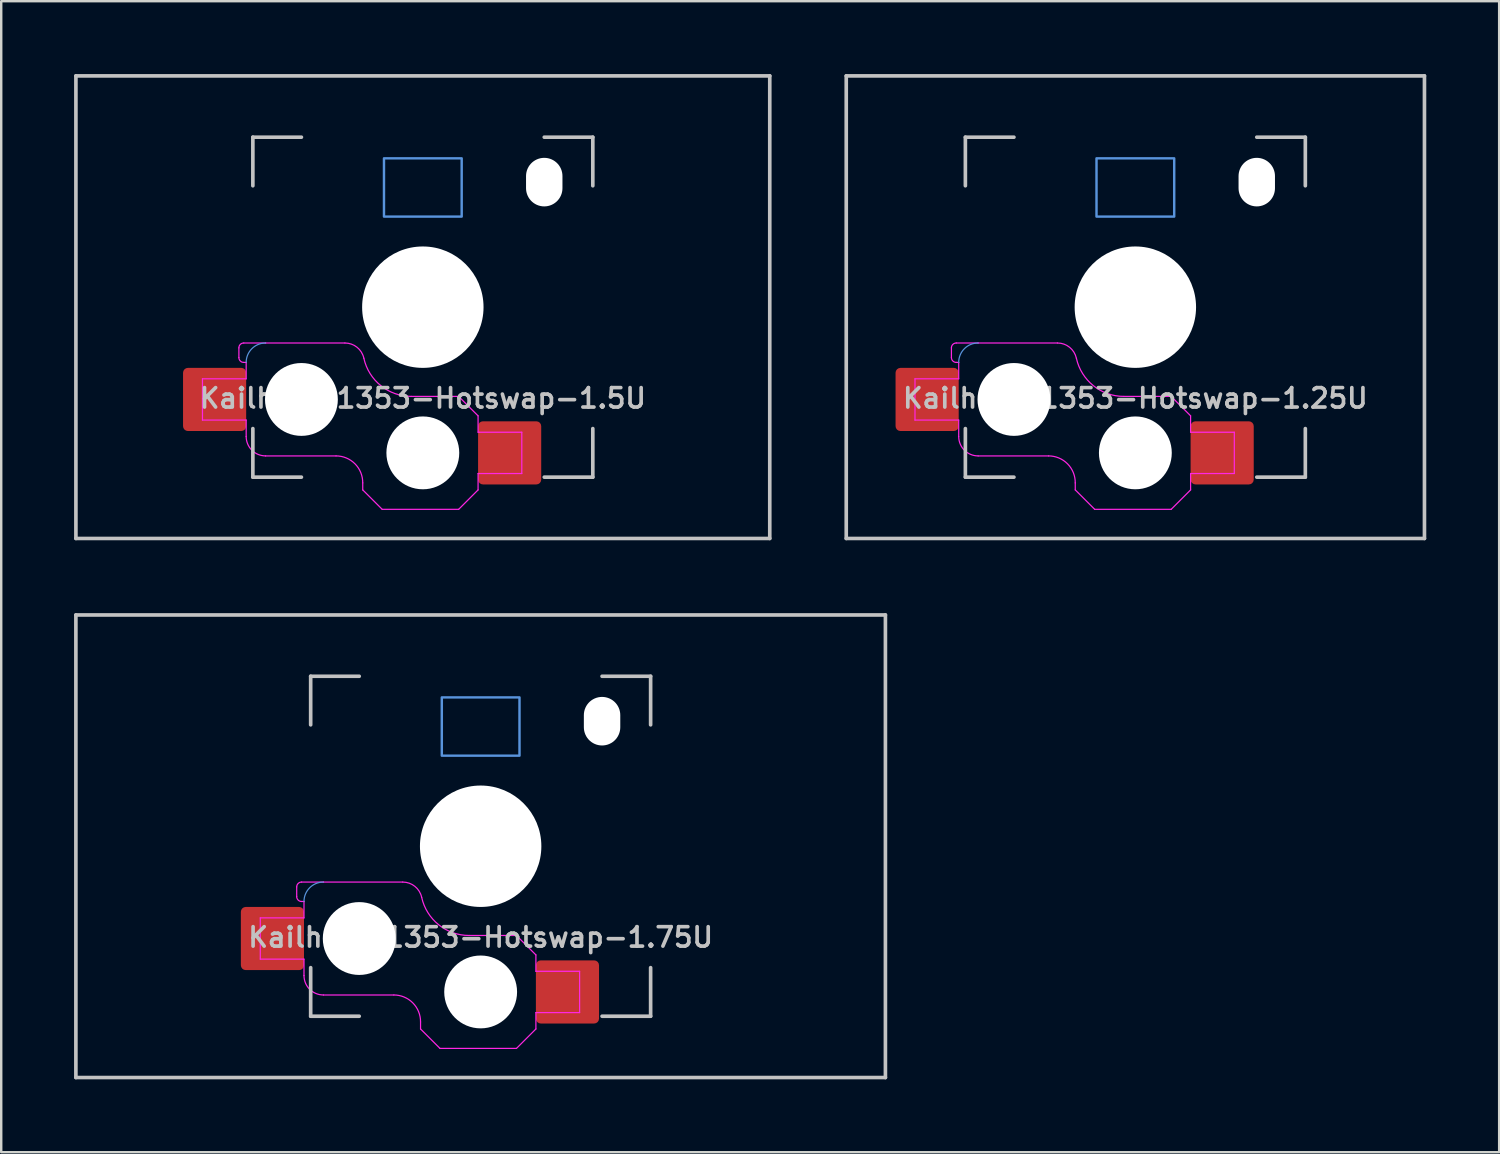
<source format=kicad_pcb>
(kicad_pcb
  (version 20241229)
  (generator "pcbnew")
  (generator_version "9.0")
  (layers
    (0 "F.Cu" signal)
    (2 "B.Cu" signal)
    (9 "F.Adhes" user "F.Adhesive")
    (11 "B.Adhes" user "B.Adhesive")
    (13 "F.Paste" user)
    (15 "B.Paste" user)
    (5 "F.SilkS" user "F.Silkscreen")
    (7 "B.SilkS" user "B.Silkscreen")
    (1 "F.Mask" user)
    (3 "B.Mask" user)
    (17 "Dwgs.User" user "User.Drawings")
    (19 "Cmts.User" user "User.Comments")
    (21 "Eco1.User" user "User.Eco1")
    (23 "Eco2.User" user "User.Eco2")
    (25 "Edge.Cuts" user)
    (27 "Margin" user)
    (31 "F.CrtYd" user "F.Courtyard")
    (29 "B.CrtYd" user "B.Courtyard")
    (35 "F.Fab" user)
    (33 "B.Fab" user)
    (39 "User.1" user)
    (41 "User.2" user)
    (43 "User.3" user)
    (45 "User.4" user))
  (footprint "Kailh-PG1353-Hotswap-1.75U"
    (layer "F.Cu")
    (at 16.744 31.8)
    (property "Reference" "Kailh-PG1353-Hotswap-1.75U" (at 0 3.75 0) (layer "Dwgs.User") (effects (font (size 0.8 0.8) (thickness 0.15))))
    (attr smd)
    (fp_line (start -16.669 -9.525) (end -16.669 9.525) (stroke (width 0.15) (type solid)) (layer "Dwgs.User"))
    (fp_line (start -7 -7) (end -5 -7) (stroke (width 0.15) (type solid)) (layer "Dwgs.User"))
    (fp_line (start -7 -5) (end -7 -7) (stroke (width 0.15) (type solid)) (layer "Dwgs.User"))
    (fp_line (start -7 5) (end -7 7) (stroke (width 0.15) (type solid)) (layer "Dwgs.User"))
    (fp_line (start -7 7) (end -5 7) (stroke (width 0.15) (type solid)) (layer "Dwgs.User"))
    (fp_line (start 5 -7) (end 7 -7) (stroke (width 0.15) (type solid)) (layer "Dwgs.User"))
    (fp_line (start 7 -7) (end 7 -5) (stroke (width 0.15) (type solid)) (layer "Dwgs.User"))
    (fp_line (start 7 5) (end 7 7) (stroke (width 0.15) (type solid)) (layer "Dwgs.User"))
    (fp_line (start 7 7) (end 5 7) (stroke (width 0.15) (type solid)) (layer "Dwgs.User"))
    (fp_line (start 16.669 -9.525) (end -16.669 -9.525) (stroke (width 0.15) (type solid)) (layer "Dwgs.User"))
    (fp_line (start 16.669 -9.525) (end 16.669 9.525) (stroke (width 0.15) (type solid)) (layer "Dwgs.User"))
    (fp_line (start 16.669 9.525) (end -16.669 9.525) (stroke (width 0.15) (type solid)) (layer "Dwgs.User"))
    (fp_rect (start -1.6 -3.73) (end 1.6 -6.13) (stroke (width 0.1) (type default)) (fill no) (layer "Cmts.User"))
    (fp_arc (start -7.274998 2.275) (mid -7.04069 1.709309) (end -6.475 1.475) (stroke (width 0.05) (type default)) (layer "Cmts.User"))
    (fp_line (start -9.075 2.95) (end -9.075 4.65) (stroke (width 0.05) (type default)) (layer "F.CrtYd"))
    (fp_line (start -9.075 4.65) (end -7.275 4.65) (stroke (width 0.05) (type default)) (layer "F.CrtYd"))
    (fp_line (start -7.575 1.675) (end -7.575 2.075) (stroke (width 0.05) (type default)) (layer "F.CrtYd"))
    (fp_line (start -7.375 2.275) (end -7.275 2.275) (stroke (width 0.05) (type default)) (layer "F.CrtYd"))
    (fp_line (start -7.275 2.275) (end -7.275 2.95) (stroke (width 0.05) (type default)) (layer "F.CrtYd"))
    (fp_line (start -7.275 2.95) (end -9.075 2.95) (stroke (width 0.05) (type default)) (layer "F.CrtYd"))
    (fp_line (start -7.275 5.325) (end -7.275 4.65) (stroke (width 0.05) (type default)) (layer "F.CrtYd"))
    (fp_line (start -6.475 1.475) (end -7.375 1.475) (stroke (width 0.05) (type default)) (layer "F.CrtYd"))
    (fp_line (start -6.475 1.475) (end -3.21 1.475) (stroke (width 0.05) (type default)) (layer "F.CrtYd"))
    (fp_line (start -3.575 6.125) (end -6.475 6.125) (stroke (width 0.05) (type default)) (layer "F.CrtYd"))
    (fp_line (start -2.475 7.525) (end -2.475 7.236) (stroke (width 0.05) (type default)) (layer "F.CrtYd"))
    (fp_line (start -1.675 8.325) (end -2.475 7.525) (stroke (width 0.05) (type default)) (layer "F.CrtYd"))
    (fp_line (start -0.475 3.675) (end 1.475 3.675) (stroke (width 0.05) (type default)) (layer "F.CrtYd"))
    (fp_line (start 1.475 3.675) (end 2.275 4.475) (stroke (width 0.05) (type default)) (layer "F.CrtYd"))
    (fp_line (start 1.475 8.325) (end -1.675 8.325) (stroke (width 0.05) (type default)) (layer "F.CrtYd"))
    (fp_line (start 2.275 4.475) (end 2.275 5.15) (stroke (width 0.05) (type default)) (layer "F.CrtYd"))
    (fp_line (start 2.275 5.15) (end 4.075 5.15) (stroke (width 0.05) (type default)) (layer "F.CrtYd"))
    (fp_line (start 2.275 7.525) (end 1.475 8.325) (stroke (width 0.05) (type default)) (layer "F.CrtYd"))
    (fp_line (start 2.275 7.525) (end 2.275 6.85) (stroke (width 0.05) (type default)) (layer "F.CrtYd"))
    (fp_line (start 4.075 5.15) (end 4.075 6.85) (stroke (width 0.05) (type default)) (layer "F.CrtYd"))
    (fp_line (start 4.075 6.85) (end 2.275 6.85) (stroke (width 0.05) (type default)) (layer "F.CrtYd"))
    (fp_arc (start -7.575 1.674988) (mid -7.516429 1.533562) (end -7.375 1.475) (stroke (width 0.05) (type default)) (layer "F.CrtYd"))
    (fp_arc (start -7.375029 2.275) (mid -7.51647 2.216449) (end -7.575 2.075) (stroke (width 0.05) (type default)) (layer "F.CrtYd"))
    (fp_arc (start -6.475029 6.125) (mid -7.040734 5.890713) (end -7.275 5.325) (stroke (width 0.05) (type default)) (layer "F.CrtYd"))
    (fp_arc (start -3.575029 6.125) (mid -2.793163 6.451277) (end -2.475 7.236481) (stroke (width 0.05) (type default)) (layer "F.CrtYd"))
    (fp_arc (start -3.209929 1.475) (mid -2.708523 1.651657) (end -2.428542 2.103571) (stroke (width 0.05) (type default)) (layer "F.CrtYd"))
    (fp_arc (start -0.474999 3.675) (mid -1.728566 3.233387) (end -2.428542 2.103571) (stroke (width 0.05) (type default)) (layer "F.CrtYd"))
    (pad "" np_thru_hole circle (at -5 3.8 180) (size 3 3) (drill 3) (layers "*.Cu" "*.Mask"))
    (pad "" np_thru_hole circle (at 0 0 180) (size 5 5) (drill 5.1) (layers "*.Cu" "*.Mask"))
    (pad "" np_thru_hole circle (at 0 6 180) (size 3 3) (drill 3) (layers "*.Cu" "*.Mask"))
    (pad "" np_thru_hole oval (at 5 -5.15 180) (size 1.5 2) (drill oval 1.5 2) (layers "*.Cu" "*.Mask"))
    (pad "1" smd roundrect (at -8.575 3.8 180) (size 2.6 2.6) (layers "F.Cu" "F.Mask" "F.Paste") (roundrect_rratio 0.077))
    (pad "2" smd roundrect (at 3.575 6 180) (size 2.6 2.6) (layers "F.Cu" "F.Mask" "F.Paste") (roundrect_rratio 0.077)))
  (footprint "Kailh-PG1353-Hotswap-1.5U"
    (layer "F.Cu")
    (at 14.363 9.6)
    (property "Reference" "Kailh-PG1353-Hotswap-1.5U" (at 0 3.75 0) (layer "Dwgs.User") (effects (font (size 0.8 0.8) (thickness 0.15))))
    (attr smd)
    (fp_line (start -14.287 -9.525) (end -14.287 9.525) (stroke (width 0.15) (type solid)) (layer "Dwgs.User"))
    (fp_line (start -7 -7) (end -5 -7) (stroke (width 0.15) (type solid)) (layer "Dwgs.User"))
    (fp_line (start -7 -5) (end -7 -7) (stroke (width 0.15) (type solid)) (layer "Dwgs.User"))
    (fp_line (start -7 5) (end -7 7) (stroke (width 0.15) (type solid)) (layer "Dwgs.User"))
    (fp_line (start -7 7) (end -5 7) (stroke (width 0.15) (type solid)) (layer "Dwgs.User"))
    (fp_line (start 5 -7) (end 7 -7) (stroke (width 0.15) (type solid)) (layer "Dwgs.User"))
    (fp_line (start 7 -7) (end 7 -5) (stroke (width 0.15) (type solid)) (layer "Dwgs.User"))
    (fp_line (start 7 5) (end 7 7) (stroke (width 0.15) (type solid)) (layer "Dwgs.User"))
    (fp_line (start 7 7) (end 5 7) (stroke (width 0.15) (type solid)) (layer "Dwgs.User"))
    (fp_line (start 14.287 -9.525) (end -14.287 -9.525) (stroke (width 0.15) (type solid)) (layer "Dwgs.User"))
    (fp_line (start 14.287 -9.525) (end 14.287 9.525) (stroke (width 0.15) (type solid)) (layer "Dwgs.User"))
    (fp_line (start 14.287 9.525) (end -14.287 9.525) (stroke (width 0.15) (type solid)) (layer "Dwgs.User"))
    (fp_rect (start -1.6 -3.73) (end 1.6 -6.13) (stroke (width 0.1) (type default)) (fill no) (layer "Cmts.User"))
    (fp_arc (start -7.274998 2.275) (mid -7.04069 1.709309) (end -6.475 1.475) (stroke (width 0.05) (type default)) (layer "Cmts.User"))
    (fp_line (start -9.075 2.95) (end -9.075 4.65) (stroke (width 0.05) (type default)) (layer "F.CrtYd"))
    (fp_line (start -9.075 4.65) (end -7.275 4.65) (stroke (width 0.05) (type default)) (layer "F.CrtYd"))
    (fp_line (start -7.575 1.675) (end -7.575 2.075) (stroke (width 0.05) (type default)) (layer "F.CrtYd"))
    (fp_line (start -7.375 2.275) (end -7.275 2.275) (stroke (width 0.05) (type default)) (layer "F.CrtYd"))
    (fp_line (start -7.275 2.275) (end -7.275 2.95) (stroke (width 0.05) (type default)) (layer "F.CrtYd"))
    (fp_line (start -7.275 2.95) (end -9.075 2.95) (stroke (width 0.05) (type default)) (layer "F.CrtYd"))
    (fp_line (start -7.275 5.325) (end -7.275 4.65) (stroke (width 0.05) (type default)) (layer "F.CrtYd"))
    (fp_line (start -6.475 1.475) (end -7.375 1.475) (stroke (width 0.05) (type default)) (layer "F.CrtYd"))
    (fp_line (start -6.475 1.475) (end -3.21 1.475) (stroke (width 0.05) (type default)) (layer "F.CrtYd"))
    (fp_line (start -3.575 6.125) (end -6.475 6.125) (stroke (width 0.05) (type default)) (layer "F.CrtYd"))
    (fp_line (start -2.475 7.525) (end -2.475 7.236) (stroke (width 0.05) (type default)) (layer "F.CrtYd"))
    (fp_line (start -1.675 8.325) (end -2.475 7.525) (stroke (width 0.05) (type default)) (layer "F.CrtYd"))
    (fp_line (start -0.475 3.675) (end 1.475 3.675) (stroke (width 0.05) (type default)) (layer "F.CrtYd"))
    (fp_line (start 1.475 3.675) (end 2.275 4.475) (stroke (width 0.05) (type default)) (layer "F.CrtYd"))
    (fp_line (start 1.475 8.325) (end -1.675 8.325) (stroke (width 0.05) (type default)) (layer "F.CrtYd"))
    (fp_line (start 2.275 4.475) (end 2.275 5.15) (stroke (width 0.05) (type default)) (layer "F.CrtYd"))
    (fp_line (start 2.275 5.15) (end 4.075 5.15) (stroke (width 0.05) (type default)) (layer "F.CrtYd"))
    (fp_line (start 2.275 7.525) (end 1.475 8.325) (stroke (width 0.05) (type default)) (layer "F.CrtYd"))
    (fp_line (start 2.275 7.525) (end 2.275 6.85) (stroke (width 0.05) (type default)) (layer "F.CrtYd"))
    (fp_line (start 4.075 5.15) (end 4.075 6.85) (stroke (width 0.05) (type default)) (layer "F.CrtYd"))
    (fp_line (start 4.075 6.85) (end 2.275 6.85) (stroke (width 0.05) (type default)) (layer "F.CrtYd"))
    (fp_arc (start -7.575 1.674988) (mid -7.516429 1.533562) (end -7.375 1.475) (stroke (width 0.05) (type default)) (layer "F.CrtYd"))
    (fp_arc (start -7.375029 2.275) (mid -7.51647 2.216449) (end -7.575 2.075) (stroke (width 0.05) (type default)) (layer "F.CrtYd"))
    (fp_arc (start -6.475029 6.125) (mid -7.040734 5.890713) (end -7.275 5.325) (stroke (width 0.05) (type default)) (layer "F.CrtYd"))
    (fp_arc (start -3.575029 6.125) (mid -2.793163 6.451277) (end -2.475 7.236481) (stroke (width 0.05) (type default)) (layer "F.CrtYd"))
    (fp_arc (start -3.209929 1.475) (mid -2.708523 1.651657) (end -2.428542 2.103571) (stroke (width 0.05) (type default)) (layer "F.CrtYd"))
    (fp_arc (start -0.474999 3.675) (mid -1.728566 3.233387) (end -2.428542 2.103571) (stroke (width 0.05) (type default)) (layer "F.CrtYd"))
    (pad "" np_thru_hole circle (at -5 3.8 180) (size 3 3) (drill 3) (layers "*.Cu" "*.Mask"))
    (pad "" np_thru_hole circle (at 0 0 180) (size 5 5) (drill 5.1) (layers "*.Cu" "*.Mask"))
    (pad "" np_thru_hole circle (at 0 6 180) (size 3 3) (drill 3) (layers "*.Cu" "*.Mask"))
    (pad "" np_thru_hole oval (at 5 -5.15 180) (size 1.5 2) (drill oval 1.5 2) (layers "*.Cu" "*.Mask"))
    (pad "1" smd roundrect (at -8.575 3.8 180) (size 2.6 2.6) (layers "F.Cu" "F.Mask" "F.Paste") (roundrect_rratio 0.077))
    (pad "2" smd roundrect (at 3.575 6 180) (size 2.6 2.6) (layers "F.Cu" "F.Mask" "F.Paste") (roundrect_rratio 0.077)))
  (footprint "Kailh-PG1353-Hotswap-1.25U"
    (layer "F.Cu")
    (at 43.706 9.6)
    (property "Reference" "Kailh-PG1353-Hotswap-1.25U" (at 0 3.75 0) (layer "Dwgs.User") (effects (font (size 0.8 0.8) (thickness 0.15))))
    (attr smd)
    (fp_line (start -11.906 -9.525) (end -11.906 9.525) (stroke (width 0.15) (type solid)) (layer "Dwgs.User"))
    (fp_line (start -7 -7) (end -5 -7) (stroke (width 0.15) (type solid)) (layer "Dwgs.User"))
    (fp_line (start -7 -5) (end -7 -7) (stroke (width 0.15) (type solid)) (layer "Dwgs.User"))
    (fp_line (start -7 5) (end -7 7) (stroke (width 0.15) (type solid)) (layer "Dwgs.User"))
    (fp_line (start -7 7) (end -5 7) (stroke (width 0.15) (type solid)) (layer "Dwgs.User"))
    (fp_line (start 5 -7) (end 7 -7) (stroke (width 0.15) (type solid)) (layer "Dwgs.User"))
    (fp_line (start 7 -7) (end 7 -5) (stroke (width 0.15) (type solid)) (layer "Dwgs.User"))
    (fp_line (start 7 5) (end 7 7) (stroke (width 0.15) (type solid)) (layer "Dwgs.User"))
    (fp_line (start 7 7) (end 5 7) (stroke (width 0.15) (type solid)) (layer "Dwgs.User"))
    (fp_line (start 11.906 -9.525) (end -11.906 -9.525) (stroke (width 0.15) (type solid)) (layer "Dwgs.User"))
    (fp_line (start 11.906 -9.525) (end 11.906 9.525) (stroke (width 0.15) (type solid)) (layer "Dwgs.User"))
    (fp_line (start 11.906 9.525) (end -11.906 9.525) (stroke (width 0.15) (type solid)) (layer "Dwgs.User"))
    (fp_rect (start -1.6 -3.73) (end 1.6 -6.13) (stroke (width 0.1) (type default)) (fill no) (layer "Cmts.User"))
    (fp_arc (start -7.274998 2.275) (mid -7.04069 1.709309) (end -6.475 1.475) (stroke (width 0.05) (type default)) (layer "Cmts.User"))
    (fp_line (start -9.075 2.95) (end -9.075 4.65) (stroke (width 0.05) (type default)) (layer "F.CrtYd"))
    (fp_line (start -9.075 4.65) (end -7.275 4.65) (stroke (width 0.05) (type default)) (layer "F.CrtYd"))
    (fp_line (start -7.575 1.675) (end -7.575 2.075) (stroke (width 0.05) (type default)) (layer "F.CrtYd"))
    (fp_line (start -7.375 2.275) (end -7.275 2.275) (stroke (width 0.05) (type default)) (layer "F.CrtYd"))
    (fp_line (start -7.275 2.275) (end -7.275 2.95) (stroke (width 0.05) (type default)) (layer "F.CrtYd"))
    (fp_line (start -7.275 2.95) (end -9.075 2.95) (stroke (width 0.05) (type default)) (layer "F.CrtYd"))
    (fp_line (start -7.275 5.325) (end -7.275 4.65) (stroke (width 0.05) (type default)) (layer "F.CrtYd"))
    (fp_line (start -6.475 1.475) (end -7.375 1.475) (stroke (width 0.05) (type default)) (layer "F.CrtYd"))
    (fp_line (start -6.475 1.475) (end -3.21 1.475) (stroke (width 0.05) (type default)) (layer "F.CrtYd"))
    (fp_line (start -3.575 6.125) (end -6.475 6.125) (stroke (width 0.05) (type default)) (layer "F.CrtYd"))
    (fp_line (start -2.475 7.525) (end -2.475 7.236) (stroke (width 0.05) (type default)) (layer "F.CrtYd"))
    (fp_line (start -1.675 8.325) (end -2.475 7.525) (stroke (width 0.05) (type default)) (layer "F.CrtYd"))
    (fp_line (start -0.475 3.675) (end 1.475 3.675) (stroke (width 0.05) (type default)) (layer "F.CrtYd"))
    (fp_line (start 1.475 3.675) (end 2.275 4.475) (stroke (width 0.05) (type default)) (layer "F.CrtYd"))
    (fp_line (start 1.475 8.325) (end -1.675 8.325) (stroke (width 0.05) (type default)) (layer "F.CrtYd"))
    (fp_line (start 2.275 4.475) (end 2.275 5.15) (stroke (width 0.05) (type default)) (layer "F.CrtYd"))
    (fp_line (start 2.275 5.15) (end 4.075 5.15) (stroke (width 0.05) (type default)) (layer "F.CrtYd"))
    (fp_line (start 2.275 7.525) (end 1.475 8.325) (stroke (width 0.05) (type default)) (layer "F.CrtYd"))
    (fp_line (start 2.275 7.525) (end 2.275 6.85) (stroke (width 0.05) (type default)) (layer "F.CrtYd"))
    (fp_line (start 4.075 5.15) (end 4.075 6.85) (stroke (width 0.05) (type default)) (layer "F.CrtYd"))
    (fp_line (start 4.075 6.85) (end 2.275 6.85) (stroke (width 0.05) (type default)) (layer "F.CrtYd"))
    (fp_arc (start -7.575 1.674988) (mid -7.516429 1.533562) (end -7.375 1.475) (stroke (width 0.05) (type default)) (layer "F.CrtYd"))
    (fp_arc (start -7.375029 2.275) (mid -7.51647 2.216449) (end -7.575 2.075) (stroke (width 0.05) (type default)) (layer "F.CrtYd"))
    (fp_arc (start -6.475029 6.125) (mid -7.040734 5.890713) (end -7.275 5.325) (stroke (width 0.05) (type default)) (layer "F.CrtYd"))
    (fp_arc (start -3.575029 6.125) (mid -2.793163 6.451277) (end -2.475 7.236481) (stroke (width 0.05) (type default)) (layer "F.CrtYd"))
    (fp_arc (start -3.209929 1.475) (mid -2.708523 1.651657) (end -2.428542 2.103571) (stroke (width 0.05) (type default)) (layer "F.CrtYd"))
    (fp_arc (start -0.474999 3.675) (mid -1.728566 3.233387) (end -2.428542 2.103571) (stroke (width 0.05) (type default)) (layer "F.CrtYd"))
    (pad "" np_thru_hole circle (at -5 3.8 180) (size 3 3) (drill 3) (layers "*.Cu" "*.Mask"))
    (pad "" np_thru_hole circle (at 0 0 180) (size 5 5) (drill 5.1) (layers "*.Cu" "*.Mask"))
    (pad "" np_thru_hole circle (at 0 6 180) (size 3 3) (drill 3) (layers "*.Cu" "*.Mask"))
    (pad "" np_thru_hole oval (at 5 -5.15 180) (size 1.5 2) (drill oval 1.5 2) (layers "*.Cu" "*.Mask"))
    (pad "1" smd roundrect (at -8.575 3.8 180) (size 2.6 2.6) (layers "F.Cu" "F.Mask" "F.Paste") (roundrect_rratio 0.077))
    (pad "2" smd roundrect (at 3.575 6 180) (size 2.6 2.6) (layers "F.Cu" "F.Mask" "F.Paste") (roundrect_rratio 0.077)))
  (gr_rect
    (start -3 -3)
    (end 58.688 44.4)
    (stroke (width 0.1) (type default))
    (fill no)
    (layer "Edge.Cuts")))
</source>
